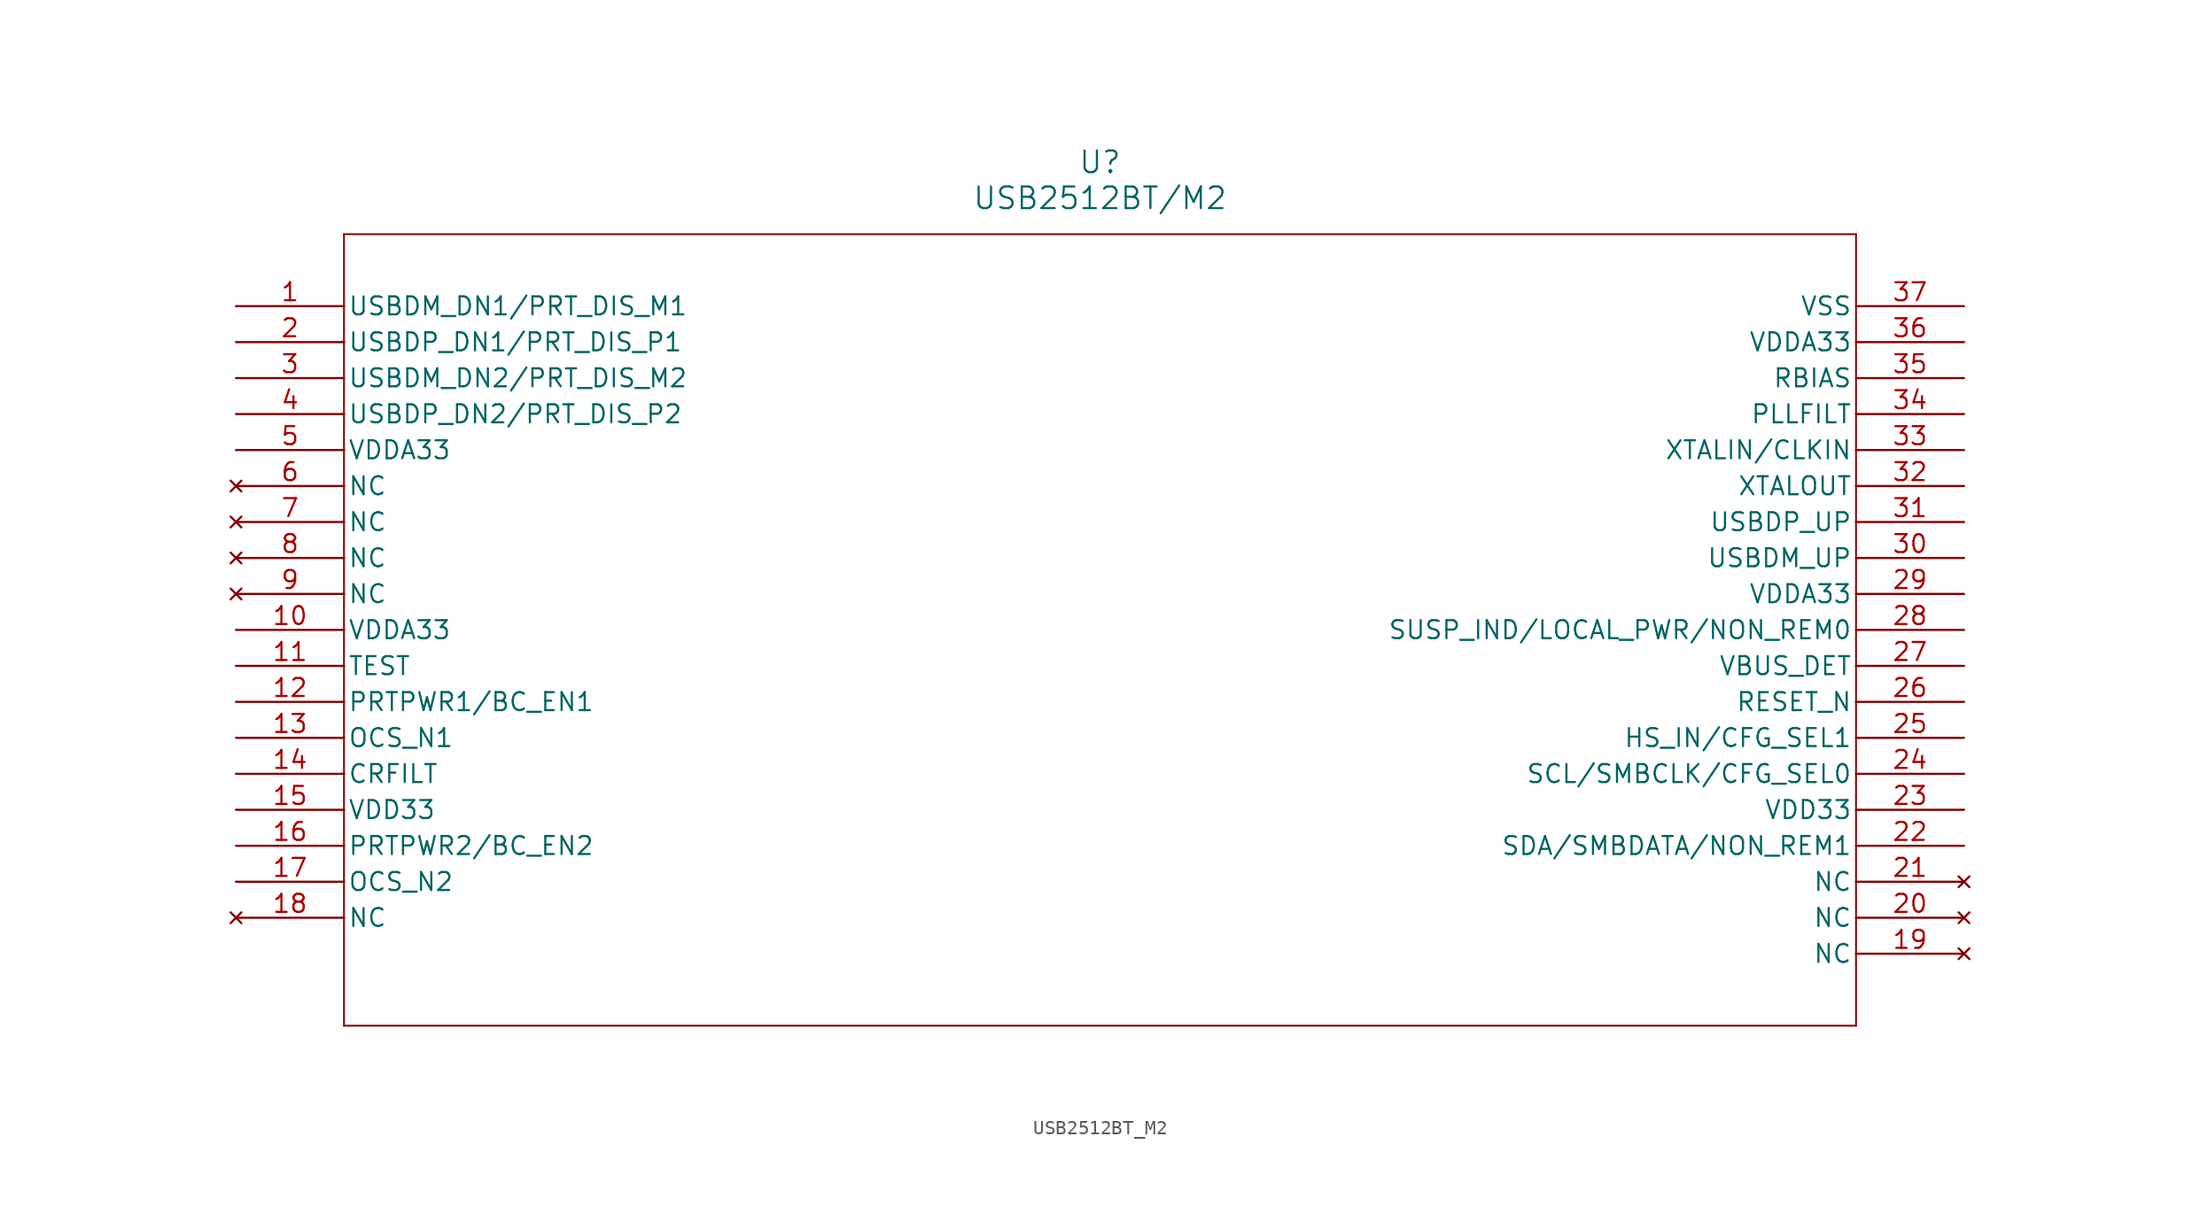
<source format=kicad_sym>
(kicad_symbol_lib
  (version 20211014)
  (generator kicad_symbol_editor)
  (symbol "USB2512BT_M2"
    (pin_names
      (offset 0.254))
    (property "Reference" "U"
      (at 60.96 10.16 0)
      (effects (font (size 1.524 1.524))))
    (property "Value" "USB2512BT/M2"
      (at 60.96 7.62 0)
      (effects (font (size 1.524 1.524))))
    (symbol "USB2512BT_M2_0_1"
      (polyline (pts (xy 7.62 5.08) (xy 7.62 -50.8)) (stroke (width 0.127) (type default) (color 0 0 0 0)) (fill (type none)))
      (polyline (pts (xy 7.62 -50.8) (xy 114.3 -50.8)) (stroke (width 0.127) (type default) (color 0 0 0 0)) (fill (type none)))
      (polyline (pts (xy 114.3 -50.8) (xy 114.3 5.08)) (stroke (width 0.127) (type default) (color 0 0 0 0)) (fill (type none)))
      (polyline (pts (xy 114.3 5.08) (xy 7.62 5.08)) (stroke (width 0.127) (type default) (color 0 0 0 0)) (fill (type none)))
      (pin bidirectional line (at 0 0 0) (length 7.62) (name "USBDM_DN1/PRT_DIS_M1" (effects (font (size 1.27 1.27)))) (number "1" (effects (font (size 1.27 1.27)))))
      (pin bidirectional line (at 0 -2.54 0) (length 7.62) (name "USBDP_DN1/PRT_DIS_P1" (effects (font (size 1.27 1.27)))) (number "2" (effects (font (size 1.27 1.27)))))
      (pin bidirectional line (at 0 -5.08 0) (length 7.62) (name "USBDM_DN2/PRT_DIS_M2" (effects (font (size 1.27 1.27)))) (number "3" (effects (font (size 1.27 1.27)))))
      (pin bidirectional line (at 0 -7.62 0) (length 7.62) (name "USBDP_DN2/PRT_DIS_P2" (effects (font (size 1.27 1.27)))) (number "4" (effects (font (size 1.27 1.27)))))
      (pin power_in line (at 0 -10.16 0) (length 7.62) (name "VDDA33" (effects (font (size 1.27 1.27)))) (number "5" (effects (font (size 1.27 1.27)))))
      (pin no_connect line (at 0 -12.7 0) (length 7.62) (name "NC" (effects (font (size 1.27 1.27)))) (number "6" (effects (font (size 1.27 1.27)))))
      (pin no_connect line (at 0 -15.24 0) (length 7.62) (name "NC" (effects (font (size 1.27 1.27)))) (number "7" (effects (font (size 1.27 1.27)))))
      (pin no_connect line (at 0 -17.78 0) (length 7.62) (name "NC" (effects (font (size 1.27 1.27)))) (number "8" (effects (font (size 1.27 1.27)))))
      (pin no_connect line (at 0 -20.32 0) (length 7.62) (name "NC" (effects (font (size 1.27 1.27)))) (number "9" (effects (font (size 1.27 1.27)))))
      (pin power_in line (at 0 -22.86 0) (length 7.62) (name "VDDA33" (effects (font (size 1.27 1.27)))) (number "10" (effects (font (size 1.27 1.27)))))
      (pin input line (at 0 -25.4 0) (length 7.62) (name "TEST" (effects (font (size 1.27 1.27)))) (number "11" (effects (font (size 1.27 1.27)))))
      (pin bidirectional line (at 0 -27.94 0) (length 7.62) (name "PRTPWR1/BC_EN1" (effects (font (size 1.27 1.27)))) (number "12" (effects (font (size 1.27 1.27)))))
      (pin input line (at 0 -30.48 0) (length 7.62) (name "OCS_N1" (effects (font (size 1.27 1.27)))) (number "13" (effects (font (size 1.27 1.27)))))
      (pin power_in line (at 0 -33.02 0) (length 7.62) (name "CRFILT" (effects (font (size 1.27 1.27)))) (number "14" (effects (font (size 1.27 1.27)))))
      (pin power_in line (at 0 -35.56 0) (length 7.62) (name "VDD33" (effects (font (size 1.27 1.27)))) (number "15" (effects (font (size 1.27 1.27)))))
      (pin bidirectional line (at 0 -38.1 0) (length 7.62) (name "PRTPWR2/BC_EN2" (effects (font (size 1.27 1.27)))) (number "16" (effects (font (size 1.27 1.27)))))
      (pin input line (at 0 -40.64 0) (length 7.62) (name "OCS_N2" (effects (font (size 1.27 1.27)))) (number "17" (effects (font (size 1.27 1.27)))))
      (pin no_connect line (at 0 -43.18 0) (length 7.62) (name "NC" (effects (font (size 1.27 1.27)))) (number "18" (effects (font (size 1.27 1.27)))))
      (pin no_connect line (at 121.92 -45.72 180) (length 7.62) (name "NC" (effects (font (size 1.27 1.27)))) (number "19" (effects (font (size 1.27 1.27)))))
      (pin no_connect line (at 121.92 -43.18 180) (length 7.62) (name "NC" (effects (font (size 1.27 1.27)))) (number "20" (effects (font (size 1.27 1.27)))))
      (pin no_connect line (at 121.92 -40.64 180) (length 7.62) (name "NC" (effects (font (size 1.27 1.27)))) (number "21" (effects (font (size 1.27 1.27)))))
      (pin bidirectional line (at 121.92 -38.1 180) (length 7.62) (name "SDA/SMBDATA/NON_REM1" (effects (font (size 1.27 1.27)))) (number "22" (effects (font (size 1.27 1.27)))))
      (pin power_in line (at 121.92 -35.56 180) (length 7.62) (name "VDD33" (effects (font (size 1.27 1.27)))) (number "23" (effects (font (size 1.27 1.27)))))
      (pin bidirectional line (at 121.92 -33.02 180) (length 7.62) (name "SCL/SMBCLK/CFG_SEL0" (effects (font (size 1.27 1.27)))) (number "24" (effects (font (size 1.27 1.27)))))
      (pin bidirectional line (at 121.92 -30.48 180) (length 7.62) (name "HS_IN/CFG_SEL1" (effects (font (size 1.27 1.27)))) (number "25" (effects (font (size 1.27 1.27)))))
      (pin input line (at 121.92 -27.94 180) (length 7.62) (name "RESET_N" (effects (font (size 1.27 1.27)))) (number "26" (effects (font (size 1.27 1.27)))))
      (pin input line (at 121.92 -25.4 180) (length 7.62) (name "VBUS_DET" (effects (font (size 1.27 1.27)))) (number "27" (effects (font (size 1.27 1.27)))))
      (pin bidirectional line (at 121.92 -22.86 180) (length 7.62) (name "SUSP_IND/LOCAL_PWR/NON_REM0" (effects (font (size 1.27 1.27)))) (number "28" (effects (font (size 1.27 1.27)))))
      (pin power_in line (at 121.92 -20.32 180) (length 7.62) (name "VDDA33" (effects (font (size 1.27 1.27)))) (number "29" (effects (font (size 1.27 1.27)))))
      (pin bidirectional line (at 121.92 -17.78 180) (length 7.62) (name "USBDM_UP" (effects (font (size 1.27 1.27)))) (number "30" (effects (font (size 1.27 1.27)))))
      (pin bidirectional line (at 121.92 -15.24 180) (length 7.62) (name "USBDP_UP" (effects (font (size 1.27 1.27)))) (number "31" (effects (font (size 1.27 1.27)))))
      (pin output line (at 121.92 -12.7 180) (length 7.62) (name "XTALOUT" (effects (font (size 1.27 1.27)))) (number "32" (effects (font (size 1.27 1.27)))))
      (pin input line (at 121.92 -10.16 180) (length 7.62) (name "XTALIN/CLKIN" (effects (font (size 1.27 1.27)))) (number "33" (effects (font (size 1.27 1.27)))))
      (pin power_in line (at 121.92 -7.62 180) (length 7.62) (name "PLLFILT" (effects (font (size 1.27 1.27)))) (number "34" (effects (font (size 1.27 1.27)))))
      (pin input line (at 121.92 -5.08 180) (length 7.62) (name "RBIAS" (effects (font (size 1.27 1.27)))) (number "35" (effects (font (size 1.27 1.27)))))
      (pin power_in line (at 121.92 -2.54 180) (length 7.62) (name "VDDA33" (effects (font (size 1.27 1.27)))) (number "36" (effects (font (size 1.27 1.27)))))
      (pin power_out line (at 121.92 0 180) (length 7.62) (name "VSS" (effects (font (size 1.27 1.27)))) (number "37" (effects (font (size 1.27 1.27))))))))
</source>
